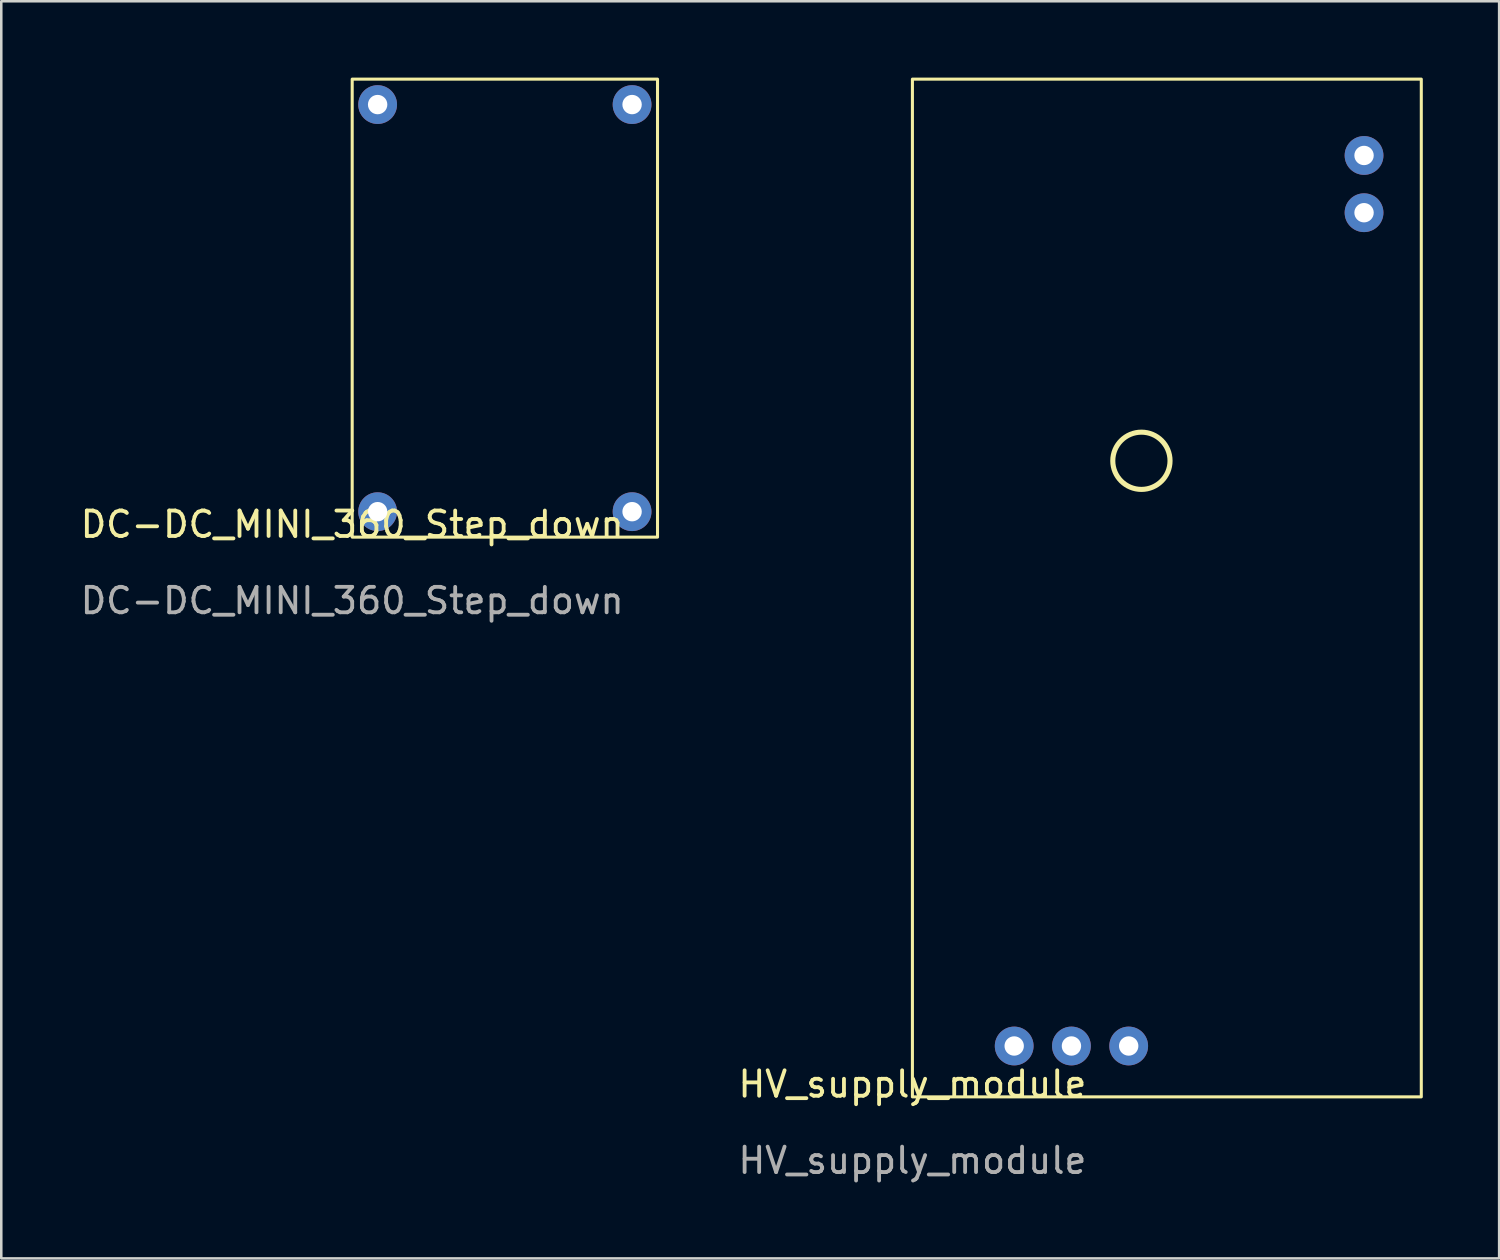
<source format=kicad_pcb>
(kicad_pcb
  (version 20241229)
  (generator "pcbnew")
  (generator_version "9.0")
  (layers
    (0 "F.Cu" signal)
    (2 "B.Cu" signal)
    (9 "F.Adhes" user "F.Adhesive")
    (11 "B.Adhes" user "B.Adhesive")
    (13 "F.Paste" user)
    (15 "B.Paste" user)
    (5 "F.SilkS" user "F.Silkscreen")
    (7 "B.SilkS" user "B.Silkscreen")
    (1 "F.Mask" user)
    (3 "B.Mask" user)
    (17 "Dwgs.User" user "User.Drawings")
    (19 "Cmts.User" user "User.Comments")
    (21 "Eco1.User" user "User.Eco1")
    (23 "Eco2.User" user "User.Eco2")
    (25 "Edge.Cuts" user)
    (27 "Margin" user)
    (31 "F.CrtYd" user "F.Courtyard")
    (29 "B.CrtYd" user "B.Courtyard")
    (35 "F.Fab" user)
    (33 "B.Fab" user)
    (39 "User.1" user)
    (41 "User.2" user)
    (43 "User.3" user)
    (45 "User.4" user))
  (footprint "DC-DC_MINI_360_Step_down"
    (layer "F.Cu")
    (at 18.412 9.06)
    (property "Reference" "DC-DC_MINI_360_Step_down" (at -7.62 8.5 0) (unlocked yes) (layer "F.SilkS") (effects (font (size 1 1) (thickness 0.15))))
    (attr through_hole)
    (fp_rect (start -7.62 9) (end 4.38 -9) (stroke (width 0.12) (type solid)) (fill no) (layer "F.SilkS"))
    (fp_text user "${REFERENCE}" (at -7.62 11.5 0) (unlocked yes) (layer "F.Fab") (effects (font (size 1 1) (thickness 0.15))))
    (pad "1" thru_hole circle (at -6.62 8) (size 1.524 1.524) (drill 0.762) (layers "*.Cu" "*.Mask"))
    (pad "2" thru_hole circle (at 3.38 8) (size 1.524 1.524) (drill 0.762) (layers "*.Cu" "*.Mask"))
    (pad "3" thru_hole circle (at 3.38 -8) (size 1.524 1.524) (drill 0.762) (layers "*.Cu" "*.Mask"))
    (pad "4" thru_hole circle (at -6.62 -8) (size 1.524 1.524) (drill 0.762) (layers "*.Cu" "*.Mask")))
  (footprint "HV_supply_module"
    (layer "F.Cu")
    (at 45.51 27.36)
    (property "Reference" "HV_supply_module" (at -12.7 12.2 0) (unlocked yes) (layer "F.SilkS") (effects (font (size 1 1) (thickness 0.15))))
    (attr through_hole)
    (fp_rect (start -12.7 12.7) (end 7.3 -27.3) (stroke (width 0.12) (type solid)) (fill no) (layer "F.SilkS"))
    (fp_circle (center -3.7 -12.3) (end -2.575 -12.3) (stroke (width 0.2) (type solid)) (fill no) (layer "F.SilkS"))
    (fp_text user "${REFERENCE}" (at -12.7 15.2 0) (unlocked yes) (layer "F.Fab") (effects (font (size 1 1) (thickness 0.15))))
    (pad "1" thru_hole circle (at -8.7 10.7) (size 1.524 1.524) (drill 0.762) (layers "*.Cu" "*.Mask"))
    (pad "2" thru_hole circle (at -6.45 10.7) (size 1.524 1.524) (drill 0.762) (layers "*.Cu" "*.Mask"))
    (pad "3" thru_hole circle (at -4.2 10.7) (size 1.524 1.524) (drill 0.762) (layers "*.Cu" "*.Mask"))
    (pad "5" thru_hole circle (at 5.05 -22.05) (size 1.524 1.524) (drill 0.762) (layers "*.Cu" "*.Mask"))
    (pad "e" thru_hole circle (at 5.05 -24.3) (size 1.524 1.524) (drill 0.762) (layers "*.Cu" "*.Mask")))
  (gr_rect
    (start -3 -3)
    (end 55.87 46.408)
    (stroke (width 0.1) (type default))
    (fill no)
    (layer "Edge.Cuts")))
</source>
